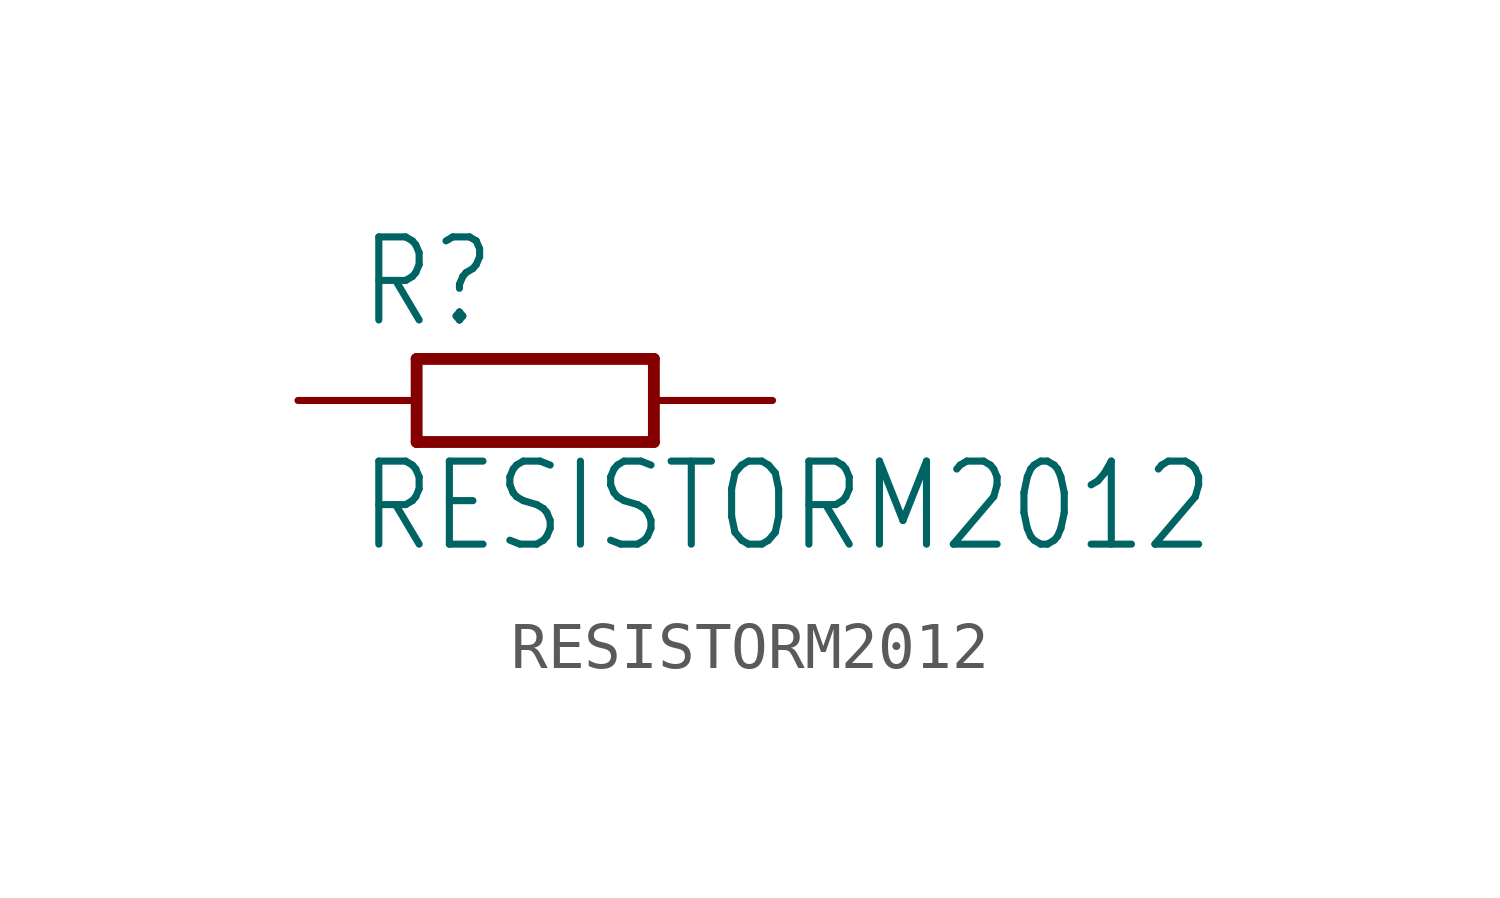
<source format=kicad_sym>
(kicad_symbol_lib
  (version 20211014)
  (generator kicad_symbol_editor)
  (symbol "RESISTORM2012"
    (property "Reference" "R"
      (at -3.81 1.499 0)
      (effects (font (size 1.778 1.511)) (justify left bottom)))
    (property "Value" "RESISTORM2012"
      (at -3.81 -3.302 0)
      (effects (font (size 1.778 1.511)) (justify left bottom)))
    (property "ki_locked" ""
      (at 0 0 0)
      (effects (font (size 1.27 1.27))))
    (symbol "RESISTORM2012_1_0"
      (polyline (pts (xy -2.54 -0.889) (xy -2.54 0.889)) (stroke (width 0.254) (type default) (color 0 0 0 0)) (fill (type none)))
      (polyline (pts (xy -2.54 -0.889) (xy 2.54 -0.889)) (stroke (width 0.254) (type default) (color 0 0 0 0)) (fill (type none)))
      (polyline (pts (xy 2.54 -0.889) (xy 2.54 0.889)) (stroke (width 0.254) (type default) (color 0 0 0 0)) (fill (type none)))
      (polyline (pts (xy 2.54 0.889) (xy -2.54 0.889)) (stroke (width 0.254) (type default) (color 0 0 0 0)) (fill (type none)))
      (pin passive line (at -5.08 0 0) (length 2.54) (name "1" (effects (font (size 0 0)))) (number "1" (effects (font (size 0 0)))))
      (pin passive line (at 5.08 0 180) (length 2.54) (name "2" (effects (font (size 0 0)))) (number "2" (effects (font (size 0 0))))))))
</source>
